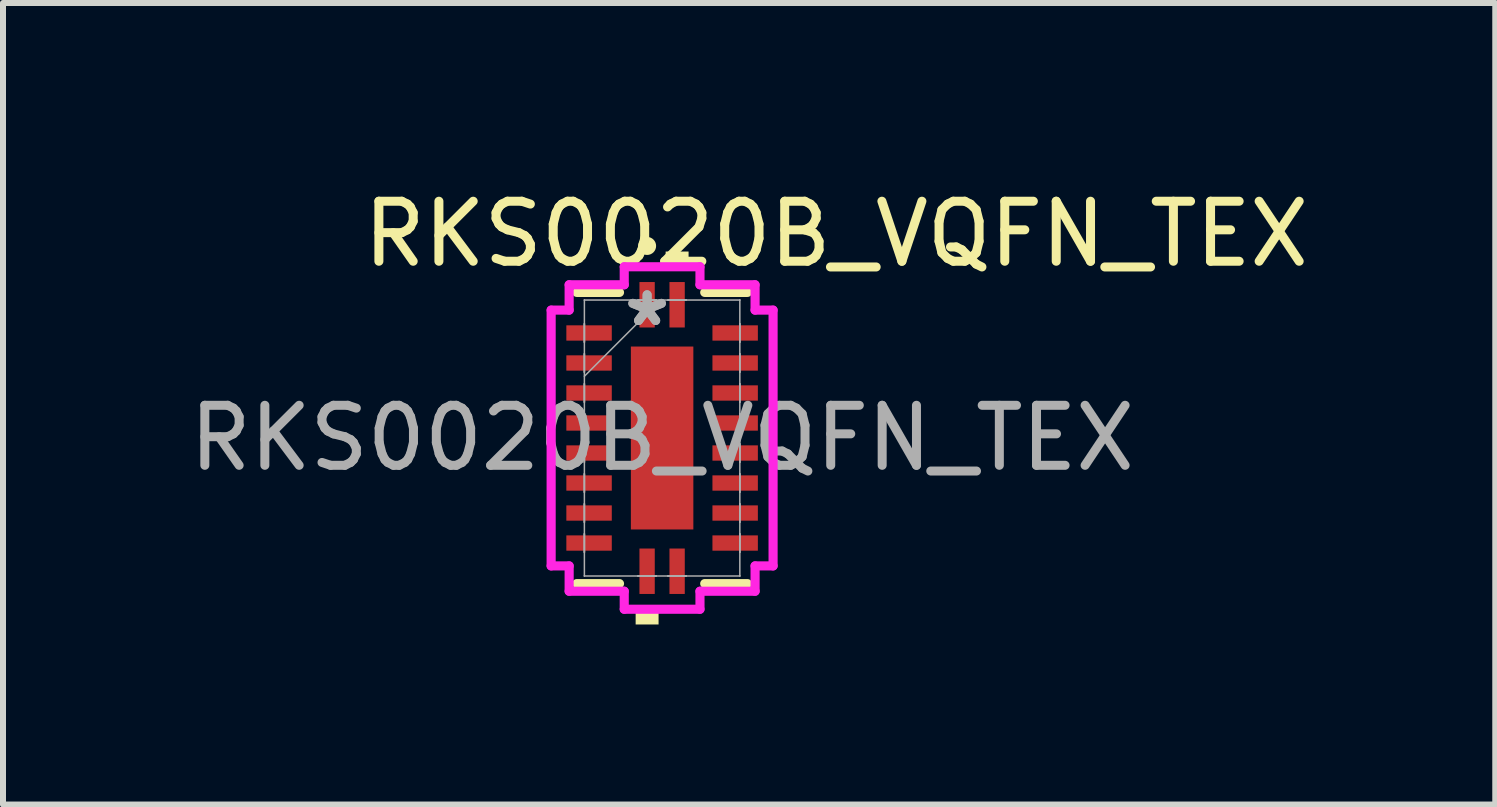
<source format=kicad_pcb>
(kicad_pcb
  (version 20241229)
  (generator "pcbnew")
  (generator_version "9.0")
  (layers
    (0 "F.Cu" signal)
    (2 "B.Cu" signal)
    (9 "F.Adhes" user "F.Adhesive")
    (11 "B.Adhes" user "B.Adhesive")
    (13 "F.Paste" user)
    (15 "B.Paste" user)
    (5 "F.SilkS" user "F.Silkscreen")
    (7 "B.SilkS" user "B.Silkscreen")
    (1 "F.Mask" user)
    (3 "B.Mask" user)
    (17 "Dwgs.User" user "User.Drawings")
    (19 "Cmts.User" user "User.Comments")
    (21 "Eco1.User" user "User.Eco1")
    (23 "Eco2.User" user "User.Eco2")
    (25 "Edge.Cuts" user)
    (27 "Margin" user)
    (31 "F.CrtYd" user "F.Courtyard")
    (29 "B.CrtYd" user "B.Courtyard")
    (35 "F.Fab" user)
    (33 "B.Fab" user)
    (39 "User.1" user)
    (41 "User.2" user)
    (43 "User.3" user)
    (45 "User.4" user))
  (footprint "RKS0020B_VQFN_TEX"
    (layer "F.Cu")
    (at 7.982 4.248)
    (property "Reference" "RKS0020B_VQFN_TEX" (at 2.9 -3.4 0) (unlocked yes) (layer "F.SilkS") (effects (font (size 1 1) (thickness 0.15))))
    (attr smd)
    (fp_line (start -1.422 2.426) (end -0.71 2.426) (stroke (width 0.152) (type solid)) (layer "F.SilkS"))
    (fp_line (start -0.71 -2.426) (end -1.422 -2.426) (stroke (width 0.152) (type solid)) (layer "F.SilkS"))
    (fp_line (start 0.71 2.426) (end 1.422 2.426) (stroke (width 0.152) (type solid)) (layer "F.SilkS"))
    (fp_line (start 1.422 -2.426) (end 0.71 -2.426) (stroke (width 0.152) (type solid)) (layer "F.SilkS"))
    (fp_circle (center -0.25 -3.2) (end -0.15 -3.2) (stroke (width 0.1) (type solid)) (fill yes) (layer "F.SilkS"))
    (fp_poly (pts (xy -0.441 2.853) (xy -0.441 3.107) (xy -0.059 3.107) (xy -0.059 2.853)) (stroke (width 0) (type solid)) (fill yes) (layer "F.SilkS"))
    (fp_poly (pts (xy 0.059 -2.853) (xy 0.059 -3.107) (xy 0.441 -3.107) (xy 0.441 -2.853)) (stroke (width 0) (type solid)) (fill yes) (layer "F.SilkS"))
    (fp_poly (pts (xy -0.421 -1.424) (xy -0.421 -0.1) (xy 0.421 -0.1) (xy 0.421 -1.424)) (stroke (width 0) (type solid)) (fill yes) (layer "F.Paste"))
    (fp_poly (pts (xy -0.421 0.1) (xy -0.421 1.424) (xy 0.421 1.424) (xy 0.421 0.1)) (stroke (width 0) (type solid)) (fill yes) (layer "F.Paste"))
    (fp_line (start -1.849 -2.131) (end -1.549 -2.131) (stroke (width 0.152) (type solid)) (layer "F.CrtYd"))
    (fp_line (start -1.849 2.131) (end -1.849 -2.131) (stroke (width 0.152) (type solid)) (layer "F.CrtYd"))
    (fp_line (start -1.549 -2.553) (end -0.631 -2.553) (stroke (width 0.152) (type solid)) (layer "F.CrtYd"))
    (fp_line (start -1.549 -2.131) (end -1.549 -2.553) (stroke (width 0.152) (type solid)) (layer "F.CrtYd"))
    (fp_line (start -1.549 2.131) (end -1.849 2.131) (stroke (width 0.152) (type solid)) (layer "F.CrtYd"))
    (fp_line (start -1.549 2.553) (end -1.549 2.131) (stroke (width 0.152) (type solid)) (layer "F.CrtYd"))
    (fp_line (start -0.631 -2.853) (end 0.631 -2.853) (stroke (width 0.152) (type solid)) (layer "F.CrtYd"))
    (fp_line (start -0.631 -2.553) (end -0.631 -2.853) (stroke (width 0.152) (type solid)) (layer "F.CrtYd"))
    (fp_line (start -0.631 2.553) (end -1.549 2.553) (stroke (width 0.152) (type solid)) (layer "F.CrtYd"))
    (fp_line (start -0.631 2.853) (end -0.631 2.553) (stroke (width 0.152) (type solid)) (layer "F.CrtYd"))
    (fp_line (start 0.631 -2.853) (end 0.631 -2.553) (stroke (width 0.152) (type solid)) (layer "F.CrtYd"))
    (fp_line (start 0.631 -2.553) (end 1.549 -2.553) (stroke (width 0.152) (type solid)) (layer "F.CrtYd"))
    (fp_line (start 0.631 2.553) (end 0.631 2.853) (stroke (width 0.152) (type solid)) (layer "F.CrtYd"))
    (fp_line (start 0.631 2.853) (end -0.631 2.853) (stroke (width 0.152) (type solid)) (layer "F.CrtYd"))
    (fp_line (start 1.549 -2.553) (end 1.549 -2.131) (stroke (width 0.152) (type solid)) (layer "F.CrtYd"))
    (fp_line (start 1.549 -2.131) (end 1.849 -2.131) (stroke (width 0.152) (type solid)) (layer "F.CrtYd"))
    (fp_line (start 1.549 2.131) (end 1.549 2.553) (stroke (width 0.152) (type solid)) (layer "F.CrtYd"))
    (fp_line (start 1.549 2.553) (end 0.631 2.553) (stroke (width 0.152) (type solid)) (layer "F.CrtYd"))
    (fp_line (start 1.849 -2.131) (end 1.849 2.131) (stroke (width 0.152) (type solid)) (layer "F.CrtYd"))
    (fp_line (start 1.849 2.131) (end 1.549 2.131) (stroke (width 0.152) (type solid)) (layer "F.CrtYd"))
    (fp_line (start -1.295 -2.299) (end -1.295 -2.299) (stroke (width 0.025) (type solid)) (layer "F.Fab"))
    (fp_line (start -1.295 -2.299) (end -1.295 2.299) (stroke (width 0.025) (type solid)) (layer "F.Fab"))
    (fp_line (start -1.295 -1.902) (end -1.295 -1.902) (stroke (width 0.025) (type solid)) (layer "F.Fab"))
    (fp_line (start -1.295 -1.902) (end -1.295 -1.598) (stroke (width 0.025) (type solid)) (layer "F.Fab"))
    (fp_line (start -1.295 -1.598) (end -1.295 -1.902) (stroke (width 0.025) (type solid)) (layer "F.Fab"))
    (fp_line (start -1.295 -1.598) (end -1.295 -1.598) (stroke (width 0.025) (type solid)) (layer "F.Fab"))
    (fp_line (start -1.295 -1.402) (end -1.295 -1.402) (stroke (width 0.025) (type solid)) (layer "F.Fab"))
    (fp_line (start -1.295 -1.402) (end -1.295 -1.098) (stroke (width 0.025) (type solid)) (layer "F.Fab"))
    (fp_line (start -1.295 -1.098) (end -1.295 -1.402) (stroke (width 0.025) (type solid)) (layer "F.Fab"))
    (fp_line (start -1.295 -1.098) (end -1.295 -1.098) (stroke (width 0.025) (type solid)) (layer "F.Fab"))
    (fp_line (start -1.295 -1.029) (end -0.025 -2.299) (stroke (width 0.025) (type solid)) (layer "F.Fab"))
    (fp_line (start -1.295 -0.902) (end -1.295 -0.902) (stroke (width 0.025) (type solid)) (layer "F.Fab"))
    (fp_line (start -1.295 -0.902) (end -1.295 -0.598) (stroke (width 0.025) (type solid)) (layer "F.Fab"))
    (fp_line (start -1.295 -0.598) (end -1.295 -0.902) (stroke (width 0.025) (type solid)) (layer "F.Fab"))
    (fp_line (start -1.295 -0.598) (end -1.295 -0.598) (stroke (width 0.025) (type solid)) (layer "F.Fab"))
    (fp_line (start -1.295 -0.402) (end -1.295 -0.402) (stroke (width 0.025) (type solid)) (layer "F.Fab"))
    (fp_line (start -1.295 -0.402) (end -1.295 -0.098) (stroke (width 0.025) (type solid)) (layer "F.Fab"))
    (fp_line (start -1.295 -0.098) (end -1.295 -0.402) (stroke (width 0.025) (type solid)) (layer "F.Fab"))
    (fp_line (start -1.295 -0.098) (end -1.295 -0.098) (stroke (width 0.025) (type solid)) (layer "F.Fab"))
    (fp_line (start -1.295 0.098) (end -1.295 0.098) (stroke (width 0.025) (type solid)) (layer "F.Fab"))
    (fp_line (start -1.295 0.098) (end -1.295 0.402) (stroke (width 0.025) (type solid)) (layer "F.Fab"))
    (fp_line (start -1.295 0.402) (end -1.295 0.098) (stroke (width 0.025) (type solid)) (layer "F.Fab"))
    (fp_line (start -1.295 0.402) (end -1.295 0.402) (stroke (width 0.025) (type solid)) (layer "F.Fab"))
    (fp_line (start -1.295 0.598) (end -1.295 0.598) (stroke (width 0.025) (type solid)) (layer "F.Fab"))
    (fp_line (start -1.295 0.598) (end -1.295 0.902) (stroke (width 0.025) (type solid)) (layer "F.Fab"))
    (fp_line (start -1.295 0.902) (end -1.295 0.598) (stroke (width 0.025) (type solid)) (layer "F.Fab"))
    (fp_line (start -1.295 0.902) (end -1.295 0.902) (stroke (width 0.025) (type solid)) (layer "F.Fab"))
    (fp_line (start -1.295 1.098) (end -1.295 1.098) (stroke (width 0.025) (type solid)) (layer "F.Fab"))
    (fp_line (start -1.295 1.098) (end -1.295 1.402) (stroke (width 0.025) (type solid)) (layer "F.Fab"))
    (fp_line (start -1.295 1.402) (end -1.295 1.098) (stroke (width 0.025) (type solid)) (layer "F.Fab"))
    (fp_line (start -1.295 1.402) (end -1.295 1.402) (stroke (width 0.025) (type solid)) (layer "F.Fab"))
    (fp_line (start -1.295 1.598) (end -1.295 1.598) (stroke (width 0.025) (type solid)) (layer "F.Fab"))
    (fp_line (start -1.295 1.598) (end -1.295 1.902) (stroke (width 0.025) (type solid)) (layer "F.Fab"))
    (fp_line (start -1.295 1.902) (end -1.295 1.598) (stroke (width 0.025) (type solid)) (layer "F.Fab"))
    (fp_line (start -1.295 1.902) (end -1.295 1.902) (stroke (width 0.025) (type solid)) (layer "F.Fab"))
    (fp_line (start -1.295 2.299) (end -1.295 2.299) (stroke (width 0.025) (type solid)) (layer "F.Fab"))
    (fp_line (start -1.295 2.299) (end 1.295 2.299) (stroke (width 0.025) (type solid)) (layer "F.Fab"))
    (fp_line (start -0.402 -2.299) (end -0.402 -2.299) (stroke (width 0.025) (type solid)) (layer "F.Fab"))
    (fp_line (start -0.402 -2.299) (end -0.098 -2.299) (stroke (width 0.025) (type solid)) (layer "F.Fab"))
    (fp_line (start -0.402 2.299) (end -0.402 2.299) (stroke (width 0.025) (type solid)) (layer "F.Fab"))
    (fp_line (start -0.402 2.299) (end -0.098 2.299) (stroke (width 0.025) (type solid)) (layer "F.Fab"))
    (fp_line (start -0.098 -2.299) (end -0.402 -2.299) (stroke (width 0.025) (type solid)) (layer "F.Fab"))
    (fp_line (start -0.098 -2.299) (end -0.098 -2.299) (stroke (width 0.025) (type solid)) (layer "F.Fab"))
    (fp_line (start -0.098 2.299) (end -0.402 2.299) (stroke (width 0.025) (type solid)) (layer "F.Fab"))
    (fp_line (start -0.098 2.299) (end -0.098 2.299) (stroke (width 0.025) (type solid)) (layer "F.Fab"))
    (fp_line (start 0.098 -2.299) (end 0.098 -2.299) (stroke (width 0.025) (type solid)) (layer "F.Fab"))
    (fp_line (start 0.098 -2.299) (end 0.402 -2.299) (stroke (width 0.025) (type solid)) (layer "F.Fab"))
    (fp_line (start 0.098 2.299) (end 0.098 2.299) (stroke (width 0.025) (type solid)) (layer "F.Fab"))
    (fp_line (start 0.098 2.299) (end 0.402 2.299) (stroke (width 0.025) (type solid)) (layer "F.Fab"))
    (fp_line (start 0.402 -2.299) (end 0.098 -2.299) (stroke (width 0.025) (type solid)) (layer "F.Fab"))
    (fp_line (start 0.402 -2.299) (end 0.402 -2.299) (stroke (width 0.025) (type solid)) (layer "F.Fab"))
    (fp_line (start 0.402 2.299) (end 0.098 2.299) (stroke (width 0.025) (type solid)) (layer "F.Fab"))
    (fp_line (start 0.402 2.299) (end 0.402 2.299) (stroke (width 0.025) (type solid)) (layer "F.Fab"))
    (fp_line (start 1.295 -2.299) (end -1.295 -2.299) (stroke (width 0.025) (type solid)) (layer "F.Fab"))
    (fp_line (start 1.295 -2.299) (end 1.295 -2.299) (stroke (width 0.025) (type solid)) (layer "F.Fab"))
    (fp_line (start 1.295 -1.902) (end 1.295 -1.902) (stroke (width 0.025) (type solid)) (layer "F.Fab"))
    (fp_line (start 1.295 -1.902) (end 1.295 -1.598) (stroke (width 0.025) (type solid)) (layer "F.Fab"))
    (fp_line (start 1.295 -1.598) (end 1.295 -1.902) (stroke (width 0.025) (type solid)) (layer "F.Fab"))
    (fp_line (start 1.295 -1.598) (end 1.295 -1.598) (stroke (width 0.025) (type solid)) (layer "F.Fab"))
    (fp_line (start 1.295 -1.402) (end 1.295 -1.402) (stroke (width 0.025) (type solid)) (layer "F.Fab"))
    (fp_line (start 1.295 -1.402) (end 1.295 -1.098) (stroke (width 0.025) (type solid)) (layer "F.Fab"))
    (fp_line (start 1.295 -1.098) (end 1.295 -1.402) (stroke (width 0.025) (type solid)) (layer "F.Fab"))
    (fp_line (start 1.295 -1.098) (end 1.295 -1.098) (stroke (width 0.025) (type solid)) (layer "F.Fab"))
    (fp_line (start 1.295 -0.902) (end 1.295 -0.902) (stroke (width 0.025) (type solid)) (layer "F.Fab"))
    (fp_line (start 1.295 -0.902) (end 1.295 -0.598) (stroke (width 0.025) (type solid)) (layer "F.Fab"))
    (fp_line (start 1.295 -0.598) (end 1.295 -0.902) (stroke (width 0.025) (type solid)) (layer "F.Fab"))
    (fp_line (start 1.295 -0.598) (end 1.295 -0.598) (stroke (width 0.025) (type solid)) (layer "F.Fab"))
    (fp_line (start 1.295 -0.402) (end 1.295 -0.402) (stroke (width 0.025) (type solid)) (layer "F.Fab"))
    (fp_line (start 1.295 -0.402) (end 1.295 -0.098) (stroke (width 0.025) (type solid)) (layer "F.Fab"))
    (fp_line (start 1.295 -0.098) (end 1.295 -0.402) (stroke (width 0.025) (type solid)) (layer "F.Fab"))
    (fp_line (start 1.295 -0.098) (end 1.295 -0.098) (stroke (width 0.025) (type solid)) (layer "F.Fab"))
    (fp_line (start 1.295 0.098) (end 1.295 0.098) (stroke (width 0.025) (type solid)) (layer "F.Fab"))
    (fp_line (start 1.295 0.098) (end 1.295 0.402) (stroke (width 0.025) (type solid)) (layer "F.Fab"))
    (fp_line (start 1.295 0.402) (end 1.295 0.098) (stroke (width 0.025) (type solid)) (layer "F.Fab"))
    (fp_line (start 1.295 0.402) (end 1.295 0.402) (stroke (width 0.025) (type solid)) (layer "F.Fab"))
    (fp_line (start 1.295 0.598) (end 1.295 0.598) (stroke (width 0.025) (type solid)) (layer "F.Fab"))
    (fp_line (start 1.295 0.598) (end 1.295 0.902) (stroke (width 0.025) (type solid)) (layer "F.Fab"))
    (fp_line (start 1.295 0.902) (end 1.295 0.598) (stroke (width 0.025) (type solid)) (layer "F.Fab"))
    (fp_line (start 1.295 0.902) (end 1.295 0.902) (stroke (width 0.025) (type solid)) (layer "F.Fab"))
    (fp_line (start 1.295 1.098) (end 1.295 1.098) (stroke (width 0.025) (type solid)) (layer "F.Fab"))
    (fp_line (start 1.295 1.098) (end 1.295 1.402) (stroke (width 0.025) (type solid)) (layer "F.Fab"))
    (fp_line (start 1.295 1.402) (end 1.295 1.098) (stroke (width 0.025) (type solid)) (layer "F.Fab"))
    (fp_line (start 1.295 1.402) (end 1.295 1.402) (stroke (width 0.025) (type solid)) (layer "F.Fab"))
    (fp_line (start 1.295 1.598) (end 1.295 1.598) (stroke (width 0.025) (type solid)) (layer "F.Fab"))
    (fp_line (start 1.295 1.598) (end 1.295 1.902) (stroke (width 0.025) (type solid)) (layer "F.Fab"))
    (fp_line (start 1.295 1.902) (end 1.295 1.598) (stroke (width 0.025) (type solid)) (layer "F.Fab"))
    (fp_line (start 1.295 1.902) (end 1.295 1.902) (stroke (width 0.025) (type solid)) (layer "F.Fab"))
    (fp_line (start 1.295 2.299) (end 1.295 -2.299) (stroke (width 0.025) (type solid)) (layer "F.Fab"))
    (fp_line (start 1.295 2.299) (end 1.295 2.299) (stroke (width 0.025) (type solid)) (layer "F.Fab"))
    (fp_text user "*" (at -0.25 -1.841 0) (unlocked yes) (layer "F.Fab") (effects (font (size 1 1) (thickness 0.15))))
    (fp_text user "*" (at -0.25 -1.841 0) (layer "F.Fab") (effects (font (size 1 1) (thickness 0.15))))
    (fp_text user "${REFERENCE}" (at 0 0 0) (unlocked yes) (layer "F.Fab") (effects (font (size 1 1) (thickness 0.15))))
    (pad "1" smd rect (at -0.25 -2.22) (size 0.255 0.757) (layers "F.Cu" "F.Mask" "F.Paste"))
    (pad "2" smd rect (at -1.217 -1.75 90) (size 0.255 0.757) (layers "F.Cu" "F.Mask" "F.Paste"))
    (pad "3" smd rect (at -1.217 -1.25 90) (size 0.255 0.757) (layers "F.Cu" "F.Mask" "F.Paste"))
    (pad "4" smd rect (at -1.217 -0.75 90) (size 0.255 0.757) (layers "F.Cu" "F.Mask" "F.Paste"))
    (pad "5" smd rect (at -1.217 -0.25 90) (size 0.255 0.757) (layers "F.Cu" "F.Mask" "F.Paste"))
    (pad "6" smd rect (at -1.217 0.25 90) (size 0.255 0.757) (layers "F.Cu" "F.Mask" "F.Paste"))
    (pad "7" smd rect (at -1.217 0.75 90) (size 0.255 0.757) (layers "F.Cu" "F.Mask" "F.Paste"))
    (pad "8" smd rect (at -1.217 1.25 90) (size 0.255 0.757) (layers "F.Cu" "F.Mask" "F.Paste"))
    (pad "9" smd rect (at -1.217 1.75 90) (size 0.255 0.757) (layers "F.Cu" "F.Mask" "F.Paste"))
    (pad "10" smd rect (at -0.25 2.22) (size 0.255 0.757) (layers "F.Cu" "F.Mask" "F.Paste"))
    (pad "11" smd rect (at 0.25 2.22) (size 0.255 0.757) (layers "F.Cu" "F.Mask" "F.Paste"))
    (pad "12" smd rect (at 1.217 1.75 90) (size 0.255 0.757) (layers "F.Cu" "F.Mask" "F.Paste"))
    (pad "13" smd rect (at 1.217 1.25 90) (size 0.255 0.757) (layers "F.Cu" "F.Mask" "F.Paste"))
    (pad "14" smd rect (at 1.217 0.75 90) (size 0.255 0.757) (layers "F.Cu" "F.Mask" "F.Paste"))
    (pad "15" smd rect (at 1.217 0.25 90) (size 0.255 0.757) (layers "F.Cu" "F.Mask" "F.Paste"))
    (pad "16" smd rect (at 1.217 -0.25 90) (size 0.255 0.757) (layers "F.Cu" "F.Mask" "F.Paste"))
    (pad "17" smd rect (at 1.217 -0.75 90) (size 0.255 0.757) (layers "F.Cu" "F.Mask" "F.Paste"))
    (pad "18" smd rect (at 1.217 -1.25 90) (size 0.255 0.757) (layers "F.Cu" "F.Mask" "F.Paste"))
    (pad "19" smd rect (at 1.217 -1.75 90) (size 0.255 0.757) (layers "F.Cu" "F.Mask" "F.Paste"))
    (pad "20" smd rect (at 0.25 -2.22) (size 0.255 0.757) (layers "F.Cu" "F.Mask" "F.Paste"))
    (pad "21" smd rect (at 0 0) (size 1.041 3.048) (layers "F.Cu" "F.Mask" "F.Paste")))
  (gr_rect
    (start -3 -3)
    (end 21.864 10.355)
    (stroke (width 0.1) (type default))
    (fill no)
    (layer "Edge.Cuts")))
</source>
